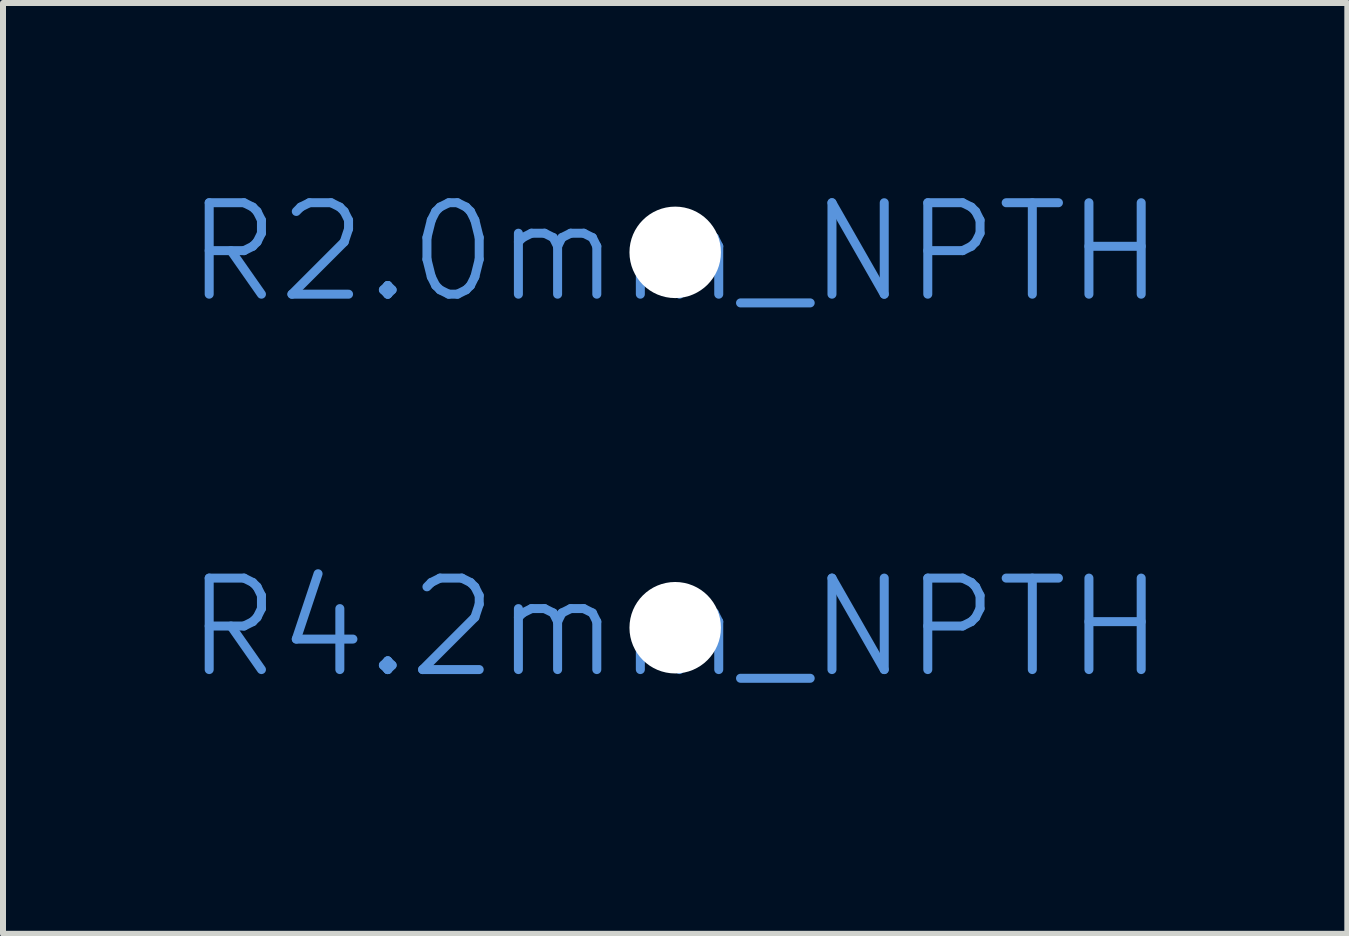
<source format=kicad_pcb>
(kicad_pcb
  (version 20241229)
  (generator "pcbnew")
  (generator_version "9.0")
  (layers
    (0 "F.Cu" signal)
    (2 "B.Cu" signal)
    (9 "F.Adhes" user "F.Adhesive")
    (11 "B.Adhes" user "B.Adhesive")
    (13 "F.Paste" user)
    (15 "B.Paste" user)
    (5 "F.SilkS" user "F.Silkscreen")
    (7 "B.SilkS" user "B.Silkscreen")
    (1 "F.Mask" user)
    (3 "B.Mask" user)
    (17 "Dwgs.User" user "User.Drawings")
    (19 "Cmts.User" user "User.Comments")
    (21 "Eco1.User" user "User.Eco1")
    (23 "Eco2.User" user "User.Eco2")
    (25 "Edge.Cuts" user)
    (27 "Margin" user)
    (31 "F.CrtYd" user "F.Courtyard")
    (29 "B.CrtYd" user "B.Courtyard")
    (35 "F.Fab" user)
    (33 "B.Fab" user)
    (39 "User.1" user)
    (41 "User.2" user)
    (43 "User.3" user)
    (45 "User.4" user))
  (footprint "R4.2mm_NPTH"
    (layer "F.Cu")
    (at 8.201 7.41)
    (property "Reference" "R4.2mm_NPTH" (at 0 0 0) (layer "Cmts.User") (effects (font (size 1.524 1.524) (thickness 0.15))))
    (attr exclude_from_pos_files exclude_from_bom)
    (pad "" np_thru_hole circle (at 0 0) (size 1.524 1.524) (drill 4.2) (layers "*.Cu" "*.Mask")))
  (footprint "R2.0mm_NPTH"
    (layer "F.Cu")
    (at 8.201 1.155)
    (property "Reference" "R2.0mm_NPTH" (at 0 0 0) (layer "Cmts.User") (effects (font (size 1.524 1.524) (thickness 0.15))))
    (attr exclude_from_pos_files exclude_from_bom)
    (pad "" np_thru_hole circle (at 0 0) (size 1.524 1.524) (drill 2) (layers "*.Cu" "*.Mask")))
  (gr_rect
    (start -3 -3)
    (end 19.401 12.51)
    (stroke (width 0.1) (type default))
    (fill no)
    (layer "Edge.Cuts")))
</source>
